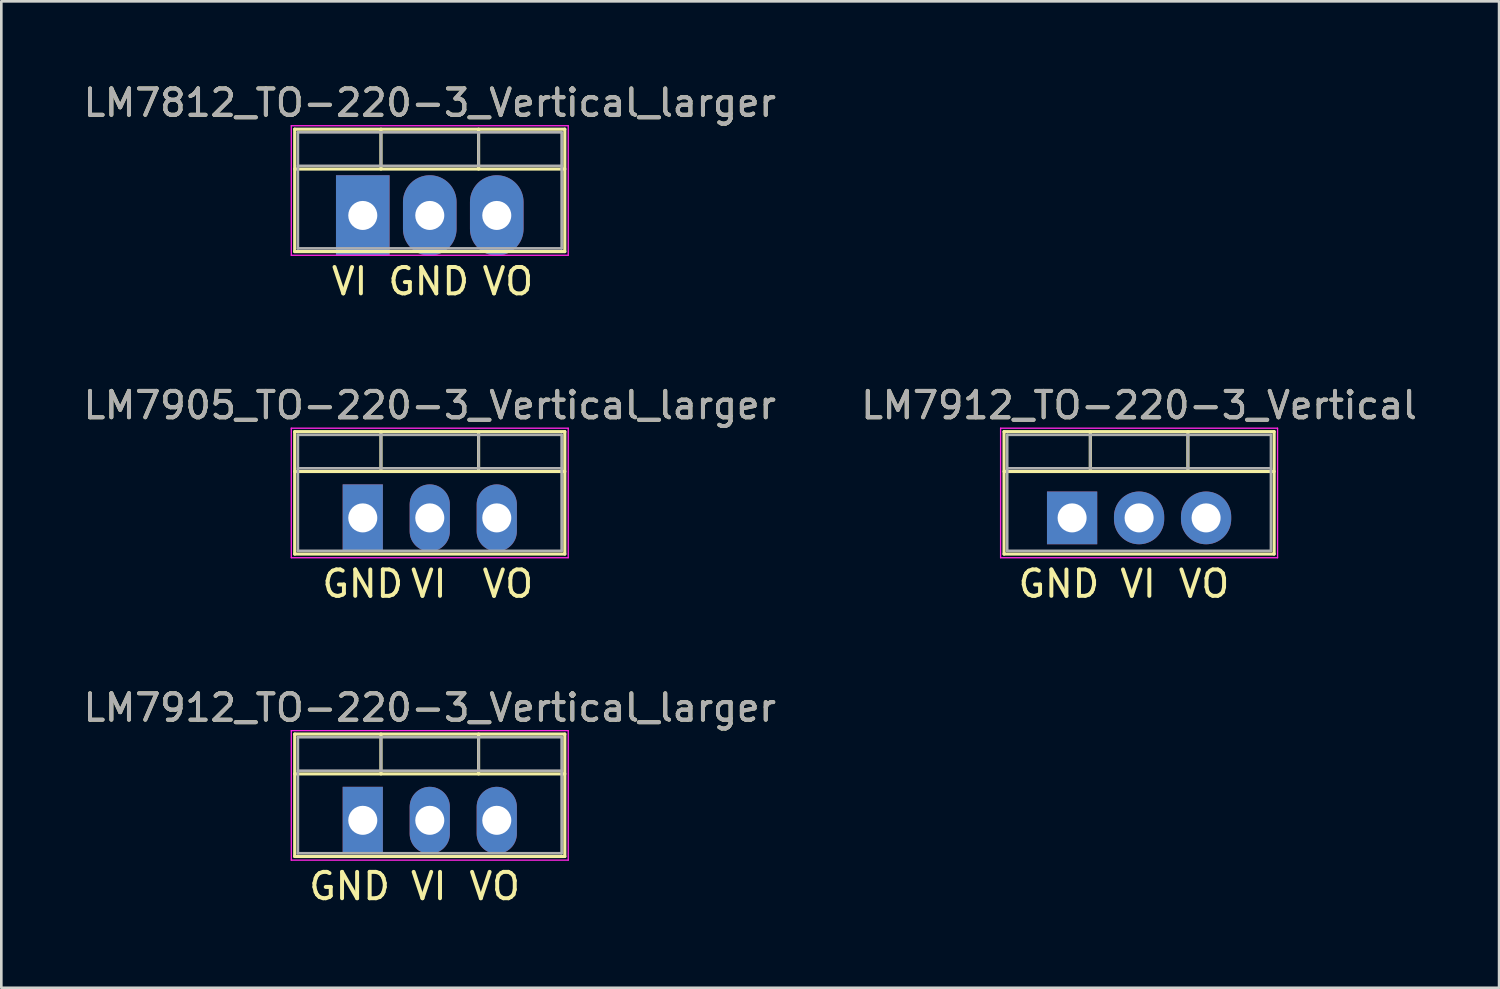
<source format=kicad_pcb>
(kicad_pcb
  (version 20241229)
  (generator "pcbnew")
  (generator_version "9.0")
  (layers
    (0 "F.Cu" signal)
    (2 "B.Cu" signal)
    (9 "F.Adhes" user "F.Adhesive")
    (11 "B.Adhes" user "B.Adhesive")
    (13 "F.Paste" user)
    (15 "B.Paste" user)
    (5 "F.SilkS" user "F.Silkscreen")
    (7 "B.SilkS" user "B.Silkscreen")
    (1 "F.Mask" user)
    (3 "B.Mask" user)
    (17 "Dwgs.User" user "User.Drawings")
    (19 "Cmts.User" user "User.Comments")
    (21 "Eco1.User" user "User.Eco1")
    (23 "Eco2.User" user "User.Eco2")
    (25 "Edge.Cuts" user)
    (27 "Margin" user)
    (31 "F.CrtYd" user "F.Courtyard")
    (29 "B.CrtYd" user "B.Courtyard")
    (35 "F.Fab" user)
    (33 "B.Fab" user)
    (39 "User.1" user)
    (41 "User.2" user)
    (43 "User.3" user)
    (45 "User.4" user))
  (footprint "LM7812_TO-220-3_Vertical_larger"
    (layer "F.Cu")
    (at 10.704 5.118)
    (property "Reference" "LM7812_TO-220-3_Vertical_larger" (at 2.54 -4.27 0) (layer "F.SilkS") (effects (font (size 1 1) (thickness 0.15))))
    (attr through_hole)
    (fp_line (start -2.58 -3.27) (end -2.58 1.371) (stroke (width 0.12) (type solid)) (layer "F.SilkS"))
    (fp_line (start -2.58 -3.27) (end 7.66 -3.27) (stroke (width 0.12) (type solid)) (layer "F.SilkS"))
    (fp_line (start -2.58 -1.76) (end 7.66 -1.76) (stroke (width 0.12) (type solid)) (layer "F.SilkS"))
    (fp_line (start -2.58 1.371) (end 7.66 1.371) (stroke (width 0.12) (type solid)) (layer "F.SilkS"))
    (fp_line (start 0.69 -3.27) (end 0.69 -1.76) (stroke (width 0.12) (type solid)) (layer "F.SilkS"))
    (fp_line (start 4.391 -3.27) (end 4.391 -1.76) (stroke (width 0.12) (type solid)) (layer "F.SilkS"))
    (fp_line (start 7.66 -3.27) (end 7.66 1.371) (stroke (width 0.12) (type solid)) (layer "F.SilkS"))
    (fp_line (start -2.71 -3.4) (end -2.71 1.51) (stroke (width 0.05) (type solid)) (layer "F.CrtYd"))
    (fp_line (start -2.71 1.51) (end 7.79 1.51) (stroke (width 0.05) (type solid)) (layer "F.CrtYd"))
    (fp_line (start 7.79 -3.4) (end -2.71 -3.4) (stroke (width 0.05) (type solid)) (layer "F.CrtYd"))
    (fp_line (start 7.79 1.51) (end 7.79 -3.4) (stroke (width 0.05) (type solid)) (layer "F.CrtYd"))
    (fp_line (start -2.46 -3.15) (end -2.46 1.25) (stroke (width 0.1) (type solid)) (layer "F.Fab"))
    (fp_line (start -2.46 -1.88) (end 7.54 -1.88) (stroke (width 0.1) (type solid)) (layer "F.Fab"))
    (fp_line (start -2.46 1.25) (end 7.54 1.25) (stroke (width 0.1) (type solid)) (layer "F.Fab"))
    (fp_line (start 0.69 -3.15) (end 0.69 -1.88) (stroke (width 0.1) (type solid)) (layer "F.Fab"))
    (fp_line (start 4.39 -3.15) (end 4.39 -1.88) (stroke (width 0.1) (type solid)) (layer "F.Fab"))
    (fp_line (start 7.54 -3.15) (end -2.46 -3.15) (stroke (width 0.1) (type solid)) (layer "F.Fab"))
    (fp_line (start 7.54 1.25) (end 7.54 -3.15) (stroke (width 0.1) (type solid)) (layer "F.Fab"))
    (fp_text user "GND" (at 2.5 2.5 0) (layer "F.SilkS") (effects (font (size 1 1) (thickness 0.15))))
    (fp_text user "VO" (at 5.5 2.5 0) (layer "F.SilkS") (effects (font (size 1 1) (thickness 0.15))))
    (fp_text user "VI" (at -0.5 2.5 0) (layer "F.SilkS") (effects (font (size 1 1) (thickness 0.15))))
    (fp_text user "${REFERENCE}" (at 2.54 -4.27 0) (layer "F.Fab") (effects (font (size 1 1) (thickness 0.15))))
    (pad "1" thru_hole rect (at 0 0) (size 2.032 3.048) (drill 1.1) (layers "*.Cu" "*.Mask"))
    (pad "2" thru_hole oval (at 2.54 0) (size 2.032 3.048) (drill 1.1) (layers "*.Cu" "*.Mask"))
    (pad "3" thru_hole oval (at 5.08 0) (size 2.032 3.048) (drill 1.1) (layers "*.Cu" "*.Mask")))
  (footprint "LM7912_TO-220-3_Vertical"
    (layer "F.Cu")
    (at 37.597 16.585)
    (property "Reference" "LM7912_TO-220-3_Vertical" (at 2.54 -4.27 0) (layer "F.SilkS") (effects (font (size 1 1) (thickness 0.15))))
    (attr through_hole)
    (fp_line (start -2.58 -3.27) (end -2.58 1.371) (stroke (width 0.12) (type solid)) (layer "F.SilkS"))
    (fp_line (start -2.58 -3.27) (end 7.66 -3.27) (stroke (width 0.12) (type solid)) (layer "F.SilkS"))
    (fp_line (start -2.58 -1.76) (end 7.66 -1.76) (stroke (width 0.12) (type solid)) (layer "F.SilkS"))
    (fp_line (start -2.58 1.371) (end 7.66 1.371) (stroke (width 0.12) (type solid)) (layer "F.SilkS"))
    (fp_line (start 0.69 -3.27) (end 0.69 -1.76) (stroke (width 0.12) (type solid)) (layer "F.SilkS"))
    (fp_line (start 4.391 -3.27) (end 4.391 -1.76) (stroke (width 0.12) (type solid)) (layer "F.SilkS"))
    (fp_line (start 7.66 -3.27) (end 7.66 1.371) (stroke (width 0.12) (type solid)) (layer "F.SilkS"))
    (fp_line (start -2.71 -3.4) (end -2.71 1.51) (stroke (width 0.05) (type solid)) (layer "F.CrtYd"))
    (fp_line (start -2.71 1.51) (end 7.79 1.51) (stroke (width 0.05) (type solid)) (layer "F.CrtYd"))
    (fp_line (start 7.79 -3.4) (end -2.71 -3.4) (stroke (width 0.05) (type solid)) (layer "F.CrtYd"))
    (fp_line (start 7.79 1.51) (end 7.79 -3.4) (stroke (width 0.05) (type solid)) (layer "F.CrtYd"))
    (fp_line (start -2.46 -3.15) (end -2.46 1.25) (stroke (width 0.1) (type solid)) (layer "F.Fab"))
    (fp_line (start -2.46 -1.88) (end 7.54 -1.88) (stroke (width 0.1) (type solid)) (layer "F.Fab"))
    (fp_line (start -2.46 1.25) (end 7.54 1.25) (stroke (width 0.1) (type solid)) (layer "F.Fab"))
    (fp_line (start 0.69 -3.15) (end 0.69 -1.88) (stroke (width 0.1) (type solid)) (layer "F.Fab"))
    (fp_line (start 4.39 -3.15) (end 4.39 -1.88) (stroke (width 0.1) (type solid)) (layer "F.Fab"))
    (fp_line (start 7.54 -3.15) (end -2.46 -3.15) (stroke (width 0.1) (type solid)) (layer "F.Fab"))
    (fp_line (start 7.54 1.25) (end 7.54 -3.15) (stroke (width 0.1) (type solid)) (layer "F.Fab"))
    (fp_text user "VO" (at 5 2.5 0) (layer "F.SilkS") (effects (font (size 1 1) (thickness 0.15))))
    (fp_text user "GND" (at -0.5 2.5 0) (layer "F.SilkS") (effects (font (size 1 1) (thickness 0.15))))
    (fp_text user "VI" (at 2.5 2.5 0) (layer "F.SilkS") (effects (font (size 1 1) (thickness 0.15))))
    (fp_text user "${REFERENCE}" (at 2.54 -4.27 0) (layer "F.Fab") (effects (font (size 1 1) (thickness 0.15))))
    (pad "1" thru_hole rect (at 0 0) (size 1.905 2) (drill 1.1) (layers "*.Cu" "*.Mask"))
    (pad "2" thru_hole oval (at 2.54 0) (size 1.905 2) (drill 1.1) (layers "*.Cu" "*.Mask"))
    (pad "3" thru_hole oval (at 5.08 0) (size 1.905 2) (drill 1.1) (layers "*.Cu" "*.Mask")))
  (footprint "LM7912_TO-220-3_Vertical_larger"
    (layer "F.Cu")
    (at 10.704 28.051)
    (property "Reference" "LM7912_TO-220-3_Vertical_larger" (at 2.54 -4.27 0) (layer "F.SilkS") (effects (font (size 1 1) (thickness 0.15))))
    (attr through_hole)
    (fp_line (start -2.58 -3.27) (end -2.58 1.371) (stroke (width 0.12) (type solid)) (layer "F.SilkS"))
    (fp_line (start -2.58 -3.27) (end 7.66 -3.27) (stroke (width 0.12) (type solid)) (layer "F.SilkS"))
    (fp_line (start -2.58 -1.76) (end 7.66 -1.76) (stroke (width 0.12) (type solid)) (layer "F.SilkS"))
    (fp_line (start -2.58 1.371) (end 7.66 1.371) (stroke (width 0.12) (type solid)) (layer "F.SilkS"))
    (fp_line (start 0.69 -3.27) (end 0.69 -1.76) (stroke (width 0.12) (type solid)) (layer "F.SilkS"))
    (fp_line (start 4.391 -3.27) (end 4.391 -1.76) (stroke (width 0.12) (type solid)) (layer "F.SilkS"))
    (fp_line (start 7.66 -3.27) (end 7.66 1.371) (stroke (width 0.12) (type solid)) (layer "F.SilkS"))
    (fp_line (start -2.71 -3.4) (end -2.71 1.51) (stroke (width 0.05) (type solid)) (layer "F.CrtYd"))
    (fp_line (start -2.71 1.51) (end 7.79 1.51) (stroke (width 0.05) (type solid)) (layer "F.CrtYd"))
    (fp_line (start 7.79 -3.4) (end -2.71 -3.4) (stroke (width 0.05) (type solid)) (layer "F.CrtYd"))
    (fp_line (start 7.79 1.51) (end 7.79 -3.4) (stroke (width 0.05) (type solid)) (layer "F.CrtYd"))
    (fp_line (start -2.46 -3.15) (end -2.46 1.25) (stroke (width 0.1) (type solid)) (layer "F.Fab"))
    (fp_line (start -2.46 -1.88) (end 7.54 -1.88) (stroke (width 0.1) (type solid)) (layer "F.Fab"))
    (fp_line (start -2.46 1.25) (end 7.54 1.25) (stroke (width 0.1) (type solid)) (layer "F.Fab"))
    (fp_line (start 0.69 -3.15) (end 0.69 -1.88) (stroke (width 0.1) (type solid)) (layer "F.Fab"))
    (fp_line (start 4.39 -3.15) (end 4.39 -1.88) (stroke (width 0.1) (type solid)) (layer "F.Fab"))
    (fp_line (start 7.54 -3.15) (end -2.46 -3.15) (stroke (width 0.1) (type solid)) (layer "F.Fab"))
    (fp_line (start 7.54 1.25) (end 7.54 -3.15) (stroke (width 0.1) (type solid)) (layer "F.Fab"))
    (fp_text user "GND" (at -0.5 2.5 0) (layer "F.SilkS") (effects (font (size 1 1) (thickness 0.15))))
    (fp_text user "VI" (at 2.5 2.5 0) (layer "F.SilkS") (effects (font (size 1 1) (thickness 0.15))))
    (fp_text user "VO" (at 5 2.5 0) (layer "F.SilkS") (effects (font (size 1 1) (thickness 0.15))))
    (fp_text user "${REFERENCE}" (at 2.54 -4.27 0) (layer "F.Fab") (effects (font (size 1 1) (thickness 0.15))))
    (pad "1" thru_hole rect (at 0 0) (size 1.524 2.54) (drill 1.1) (layers "*.Cu" "*.Mask"))
    (pad "2" thru_hole oval (at 2.54 0) (size 1.524 2.54) (drill 1.1) (layers "*.Cu" "*.Mask"))
    (pad "3" thru_hole oval (at 5.08 0) (size 1.524 2.54) (drill 1.1) (layers "*.Cu" "*.Mask")))
  (footprint "LM7905_TO-220-3_Vertical_larger"
    (layer "F.Cu")
    (at 10.704 16.585)
    (property "Reference" "LM7905_TO-220-3_Vertical_larger" (at 2.54 -4.27 0) (layer "F.SilkS") (effects (font (size 1 1) (thickness 0.15))))
    (attr through_hole)
    (fp_line (start -2.58 -3.27) (end -2.58 1.371) (stroke (width 0.12) (type solid)) (layer "F.SilkS"))
    (fp_line (start -2.58 -3.27) (end 7.66 -3.27) (stroke (width 0.12) (type solid)) (layer "F.SilkS"))
    (fp_line (start -2.58 -1.76) (end 7.66 -1.76) (stroke (width 0.12) (type solid)) (layer "F.SilkS"))
    (fp_line (start -2.58 1.371) (end 7.66 1.371) (stroke (width 0.12) (type solid)) (layer "F.SilkS"))
    (fp_line (start 0.69 -3.27) (end 0.69 -1.76) (stroke (width 0.12) (type solid)) (layer "F.SilkS"))
    (fp_line (start 4.391 -3.27) (end 4.391 -1.76) (stroke (width 0.12) (type solid)) (layer "F.SilkS"))
    (fp_line (start 7.66 -3.27) (end 7.66 1.371) (stroke (width 0.12) (type solid)) (layer "F.SilkS"))
    (fp_line (start -2.71 -3.4) (end -2.71 1.51) (stroke (width 0.05) (type solid)) (layer "F.CrtYd"))
    (fp_line (start -2.71 1.51) (end 7.79 1.51) (stroke (width 0.05) (type solid)) (layer "F.CrtYd"))
    (fp_line (start 7.79 -3.4) (end -2.71 -3.4) (stroke (width 0.05) (type solid)) (layer "F.CrtYd"))
    (fp_line (start 7.79 1.51) (end 7.79 -3.4) (stroke (width 0.05) (type solid)) (layer "F.CrtYd"))
    (fp_line (start -2.46 -3.15) (end -2.46 1.25) (stroke (width 0.1) (type solid)) (layer "F.Fab"))
    (fp_line (start -2.46 -1.88) (end 7.54 -1.88) (stroke (width 0.1) (type solid)) (layer "F.Fab"))
    (fp_line (start -2.46 1.25) (end 7.54 1.25) (stroke (width 0.1) (type solid)) (layer "F.Fab"))
    (fp_line (start 0.69 -3.15) (end 0.69 -1.88) (stroke (width 0.1) (type solid)) (layer "F.Fab"))
    (fp_line (start 4.39 -3.15) (end 4.39 -1.88) (stroke (width 0.1) (type solid)) (layer "F.Fab"))
    (fp_line (start 7.54 -3.15) (end -2.46 -3.15) (stroke (width 0.1) (type solid)) (layer "F.Fab"))
    (fp_line (start 7.54 1.25) (end 7.54 -3.15) (stroke (width 0.1) (type solid)) (layer "F.Fab"))
    (fp_text user "GND" (at 0 2.5 0) (layer "F.SilkS") (effects (font (size 1 1) (thickness 0.15))))
    (fp_text user "VI" (at 2.5 2.5 0) (layer "F.SilkS") (effects (font (size 1 1) (thickness 0.15))))
    (fp_text user "VO" (at 5.5 2.5 0) (layer "F.SilkS") (effects (font (size 1 1) (thickness 0.15))))
    (fp_text user "${REFERENCE}" (at 2.54 -4.27 0) (layer "F.Fab") (effects (font (size 1 1) (thickness 0.15))))
    (pad "1" thru_hole rect (at 0 0) (size 1.524 2.54) (drill 1.1) (layers "*.Cu" "*.Mask"))
    (pad "2" thru_hole oval (at 2.54 0) (size 1.524 2.54) (drill 1.1) (layers "*.Cu" "*.Mask"))
    (pad "3" thru_hole oval (at 5.08 0) (size 1.524 2.54) (drill 1.1) (layers "*.Cu" "*.Mask")))
  (gr_rect
    (start -3 -3)
    (end 53.786 34.4)
    (stroke (width 0.1) (type default))
    (fill no)
    (layer "Edge.Cuts")))
</source>
